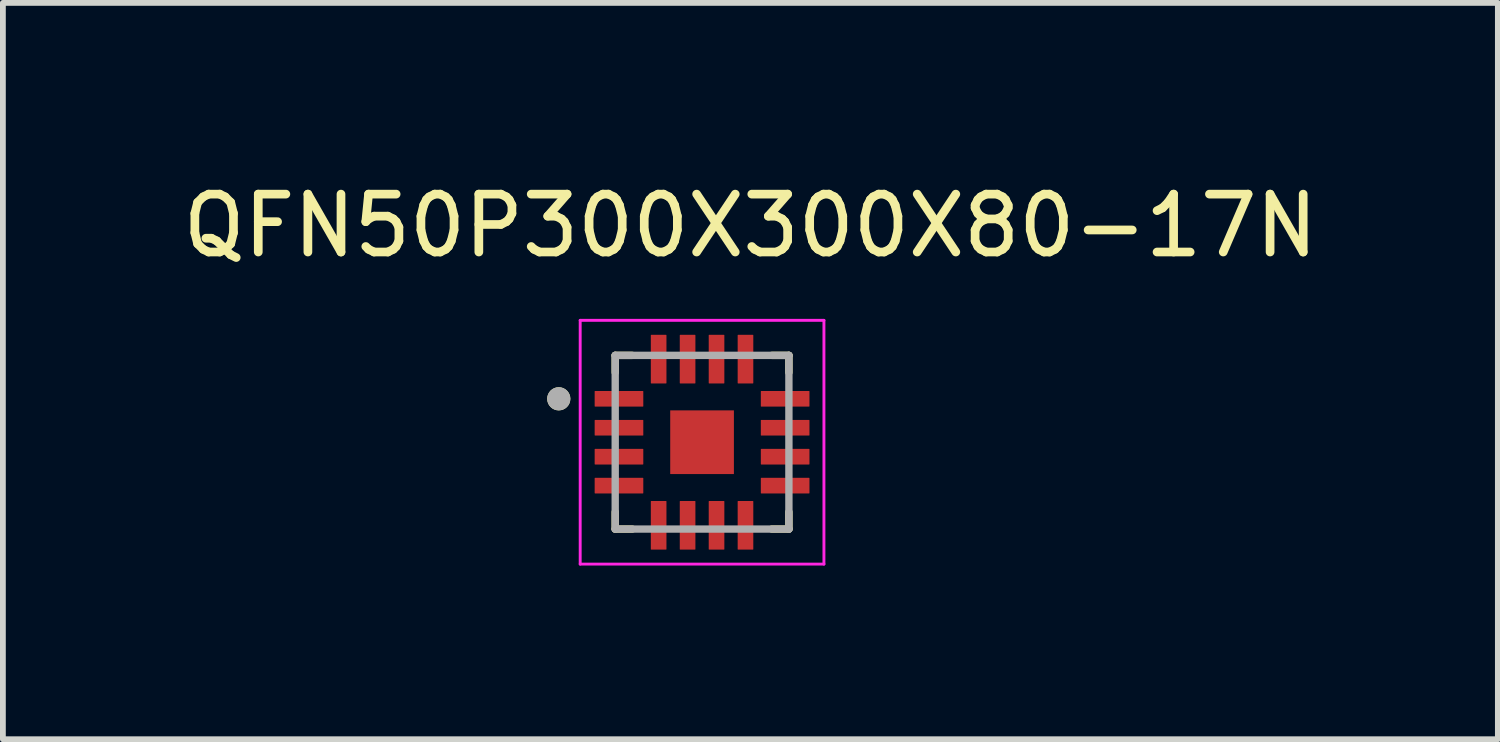
<source format=kicad_pcb>
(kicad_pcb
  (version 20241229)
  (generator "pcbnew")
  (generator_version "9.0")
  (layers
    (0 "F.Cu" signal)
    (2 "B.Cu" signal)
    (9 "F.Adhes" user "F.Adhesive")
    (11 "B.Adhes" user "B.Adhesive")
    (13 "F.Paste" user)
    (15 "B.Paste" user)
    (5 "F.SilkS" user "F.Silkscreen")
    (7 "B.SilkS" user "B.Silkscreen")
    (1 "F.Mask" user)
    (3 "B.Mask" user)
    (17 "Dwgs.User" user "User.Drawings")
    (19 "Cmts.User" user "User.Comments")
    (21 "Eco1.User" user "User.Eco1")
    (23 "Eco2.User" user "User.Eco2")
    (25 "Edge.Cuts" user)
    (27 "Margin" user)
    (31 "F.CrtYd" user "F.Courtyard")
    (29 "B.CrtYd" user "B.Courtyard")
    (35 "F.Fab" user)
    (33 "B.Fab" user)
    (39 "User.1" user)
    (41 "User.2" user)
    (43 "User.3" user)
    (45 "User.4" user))
  (footprint "QFN50P300X300X80-17N"
    (layer "F.Cu")
    (at 9.076 4.588)
    (property "Reference" "QFN50P300X300X80-17N" (at 0.835 -3.74 0) (layer "F.SilkS") (effects (font (size 1 1) (thickness 0.15))))
    (attr through_hole)
    (fp_line (start -1.5 -1.5) (end -1.5 -1.205) (stroke (width 0.127) (type solid)) (layer "F.SilkS"))
    (fp_line (start -1.5 -1.5) (end -1.205 -1.5) (stroke (width 0.127) (type solid)) (layer "F.SilkS"))
    (fp_line (start -1.5 1.5) (end -1.5 1.205) (stroke (width 0.127) (type solid)) (layer "F.SilkS"))
    (fp_line (start -1.5 1.5) (end -1.205 1.5) (stroke (width 0.127) (type solid)) (layer "F.SilkS"))
    (fp_line (start 1.5 -1.5) (end 1.205 -1.5) (stroke (width 0.127) (type solid)) (layer "F.SilkS"))
    (fp_line (start 1.5 -1.5) (end 1.5 -1.205) (stroke (width 0.127) (type solid)) (layer "F.SilkS"))
    (fp_line (start 1.5 1.5) (end 1.205 1.5) (stroke (width 0.127) (type solid)) (layer "F.SilkS"))
    (fp_line (start 1.5 1.5) (end 1.5 1.205) (stroke (width 0.127) (type solid)) (layer "F.SilkS"))
    (fp_circle (center -2.475 -0.75) (end -2.375 -0.75) (stroke (width 0.2) (type solid)) (fill no) (layer "F.SilkS"))
    (fp_poly (pts (xy -0.35 -0.35) (xy 0.35 -0.35) (xy 0.35 0.35) (xy -0.35 0.35)) (stroke (width 0.01) (type solid)) (fill yes) (layer "F.Paste"))
    (fp_line (start -2.105 -2.105) (end 2.105 -2.105) (stroke (width 0.05) (type solid)) (layer "F.CrtYd"))
    (fp_line (start -2.105 2.105) (end -2.105 -2.105) (stroke (width 0.05) (type solid)) (layer "F.CrtYd"))
    (fp_line (start -2.105 2.105) (end 2.105 2.105) (stroke (width 0.05) (type solid)) (layer "F.CrtYd"))
    (fp_line (start 2.105 2.105) (end 2.105 -2.105) (stroke (width 0.05) (type solid)) (layer "F.CrtYd"))
    (fp_line (start -1.5 1.5) (end -1.5 -1.5) (stroke (width 0.127) (type solid)) (layer "F.Fab"))
    (fp_line (start 1.5 -1.5) (end -1.5 -1.5) (stroke (width 0.127) (type solid)) (layer "F.Fab"))
    (fp_line (start 1.5 1.5) (end -1.5 1.5) (stroke (width 0.127) (type solid)) (layer "F.Fab"))
    (fp_line (start 1.5 1.5) (end 1.5 -1.5) (stroke (width 0.127) (type solid)) (layer "F.Fab"))
    (fp_circle (center -2.475 -0.75) (end -2.375 -0.75) (stroke (width 0.2) (type solid)) (fill no) (layer "F.Fab"))
    (pad "1" smd roundrect (at -1.435 -0.75) (size 0.84 0.27) (layers "F.Cu" "F.Mask" "F.Paste") (roundrect_rratio 0.03))
    (pad "2" smd roundrect (at -1.435 -0.25) (size 0.84 0.27) (layers "F.Cu" "F.Mask" "F.Paste") (roundrect_rratio 0.03))
    (pad "3" smd roundrect (at -1.435 0.25) (size 0.84 0.27) (layers "F.Cu" "F.Mask" "F.Paste") (roundrect_rratio 0.03))
    (pad "4" smd roundrect (at -1.435 0.75) (size 0.84 0.27) (layers "F.Cu" "F.Mask" "F.Paste") (roundrect_rratio 0.03))
    (pad "5" smd roundrect (at -0.75 1.435) (size 0.27 0.84) (layers "F.Cu" "F.Mask" "F.Paste") (roundrect_rratio 0.03))
    (pad "6" smd roundrect (at -0.25 1.435) (size 0.27 0.84) (layers "F.Cu" "F.Mask" "F.Paste") (roundrect_rratio 0.03))
    (pad "7" smd roundrect (at 0.25 1.435) (size 0.27 0.84) (layers "F.Cu" "F.Mask" "F.Paste") (roundrect_rratio 0.03))
    (pad "8" smd roundrect (at 0.75 1.435) (size 0.27 0.84) (layers "F.Cu" "F.Mask" "F.Paste") (roundrect_rratio 0.03))
    (pad "9" smd roundrect (at 1.435 0.75) (size 0.84 0.27) (layers "F.Cu" "F.Mask" "F.Paste") (roundrect_rratio 0.03))
    (pad "10" smd roundrect (at 1.435 0.25) (size 0.84 0.27) (layers "F.Cu" "F.Mask" "F.Paste") (roundrect_rratio 0.03))
    (pad "11" smd roundrect (at 1.435 -0.25) (size 0.84 0.27) (layers "F.Cu" "F.Mask" "F.Paste") (roundrect_rratio 0.03))
    (pad "12" smd roundrect (at 1.435 -0.75) (size 0.84 0.27) (layers "F.Cu" "F.Mask" "F.Paste") (roundrect_rratio 0.03))
    (pad "13" smd roundrect (at 0.75 -1.435) (size 0.27 0.84) (layers "F.Cu" "F.Mask" "F.Paste") (roundrect_rratio 0.03))
    (pad "14" smd roundrect (at 0.25 -1.435) (size 0.27 0.84) (layers "F.Cu" "F.Mask" "F.Paste") (roundrect_rratio 0.03))
    (pad "15" smd roundrect (at -0.25 -1.435) (size 0.27 0.84) (layers "F.Cu" "F.Mask" "F.Paste") (roundrect_rratio 0.03))
    (pad "16" smd roundrect (at -0.75 -1.435) (size 0.27 0.84) (layers "F.Cu" "F.Mask" "F.Paste") (roundrect_rratio 0.03))
    (pad "17" smd rect (at 0 0) (size 1.1 1.1) (layers "F.Cu" "F.Mask")))
  (gr_rect
    (start -3 -3)
    (end 22.821 9.718)
    (stroke (width 0.1) (type default))
    (fill no)
    (layer "Edge.Cuts")))
</source>
